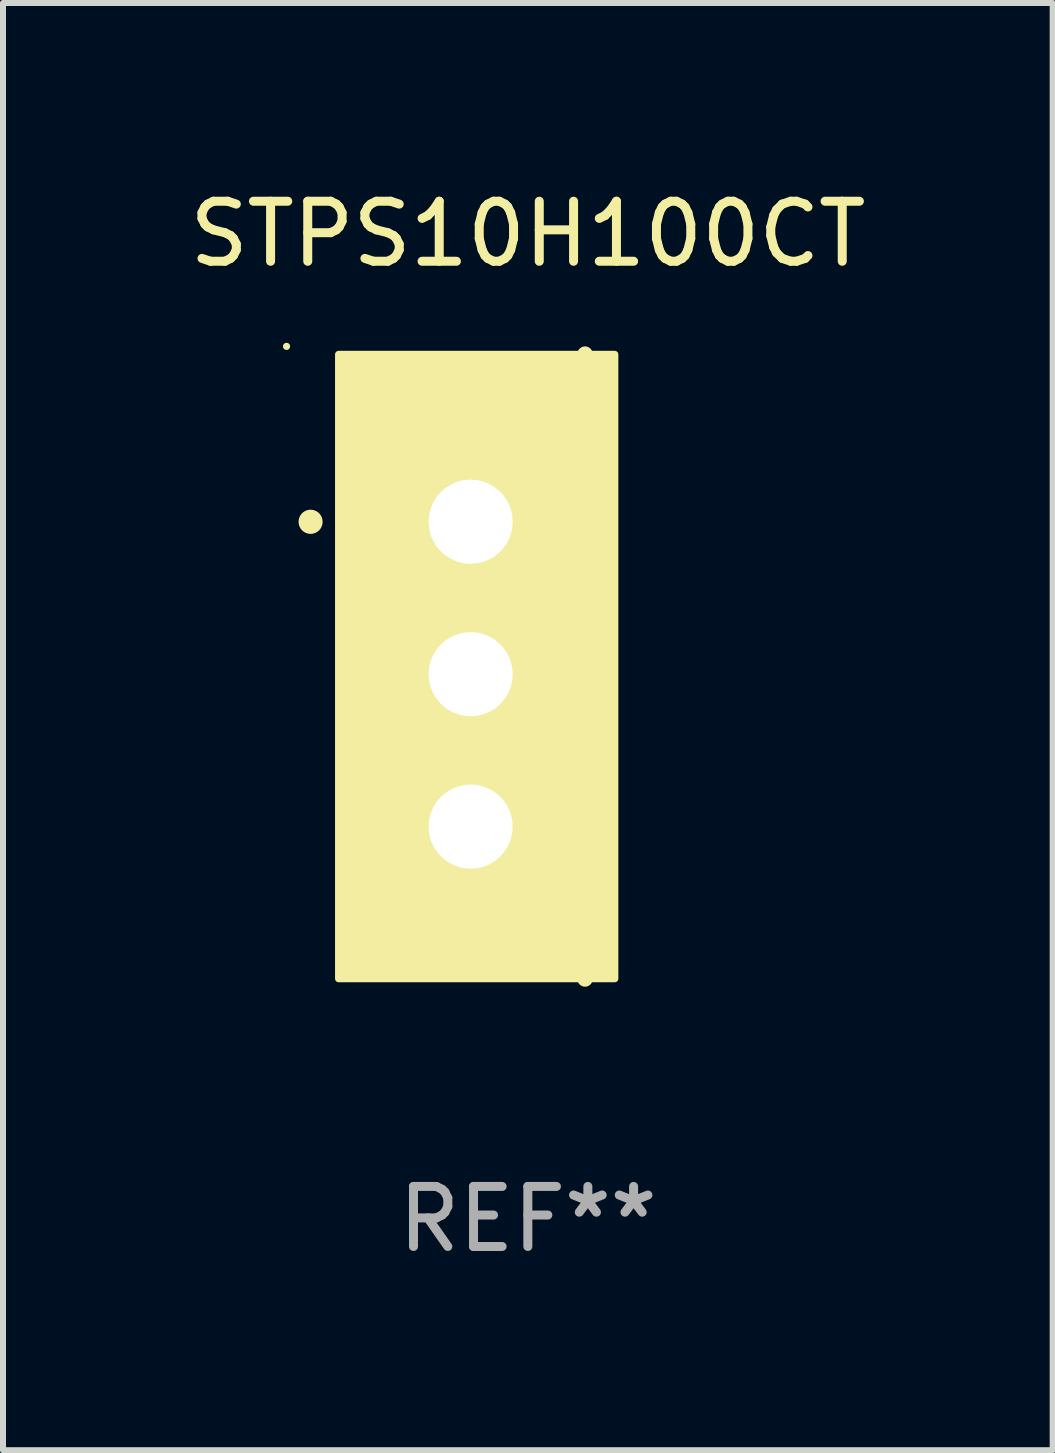
<source format=kicad_pcb>
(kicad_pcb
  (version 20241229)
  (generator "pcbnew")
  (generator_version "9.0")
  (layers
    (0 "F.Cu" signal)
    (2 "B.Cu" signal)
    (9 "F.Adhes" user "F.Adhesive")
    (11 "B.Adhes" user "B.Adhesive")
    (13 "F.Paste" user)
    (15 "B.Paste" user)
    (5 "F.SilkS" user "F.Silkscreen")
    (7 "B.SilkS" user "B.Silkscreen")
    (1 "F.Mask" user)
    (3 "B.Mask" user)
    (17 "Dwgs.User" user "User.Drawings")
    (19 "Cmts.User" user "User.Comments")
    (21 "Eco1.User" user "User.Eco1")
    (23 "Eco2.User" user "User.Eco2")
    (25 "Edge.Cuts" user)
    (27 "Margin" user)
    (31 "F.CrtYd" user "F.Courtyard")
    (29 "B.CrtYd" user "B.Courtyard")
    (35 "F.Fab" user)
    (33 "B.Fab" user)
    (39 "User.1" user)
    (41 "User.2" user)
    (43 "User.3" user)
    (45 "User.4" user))
  (footprint "STPS10H100CT"
    (layer "F.Cu")
    (at 5.744 8.055)
    (property "Reference" "STPS10H100CT" (at 0 -7.207 0) (layer "F.SilkS") (effects (font (size 1 1) (thickness 0.15))))
    (attr through_hole)
    (fp_line (start 0.953 5.207) (end 0.953 -5.207) (stroke (width 0.254) (type solid)) (layer "F.SilkS"))
    (fp_arc (start -3.619507 -2.410465) (mid -3.619511 -2.411735) (end -3.619507 -2.413005) (stroke (width 0.4) (type solid)) (layer "F.SilkS"))
    (fp_circle (center -4.02 -5.334) (end -3.99 -5.334) (stroke (width 0.06) (type solid)) (fill no) (layer "F.SilkS"))
    (fp_poly (pts (xy -3.152 -5.2) (xy 1.448 -5.2) (xy 1.448 5.2) (xy -3.152 5.2)) (stroke (width 0.12) (type solid)) (fill yes) (layer "F.SilkS"))
    (fp_text user "REF**" (at 0 9.207 0) (layer "F.Fab") (effects (font (size 1 1) (thickness 0.15))))
    (pad "1" thru_hole rect (at -0.953 -2.413 270) (size 2 2.5) (drill 1.4) (layers "*.Cu" "*.Mask"))
    (pad "2" thru_hole oval (at -0.953 0.127 270) (size 2 2.5) (drill 1.4) (layers "*.Cu" "*.Mask"))
    (pad "3" thru_hole oval (at -0.953 2.667 270) (size 2 2.5) (drill 1.4) (layers "*.Cu" "*.Mask")))
  (gr_rect
    (start -3 -3)
    (end 14.488 21.111)
    (stroke (width 0.1) (type default))
    (fill no)
    (layer "Edge.Cuts")))
</source>
